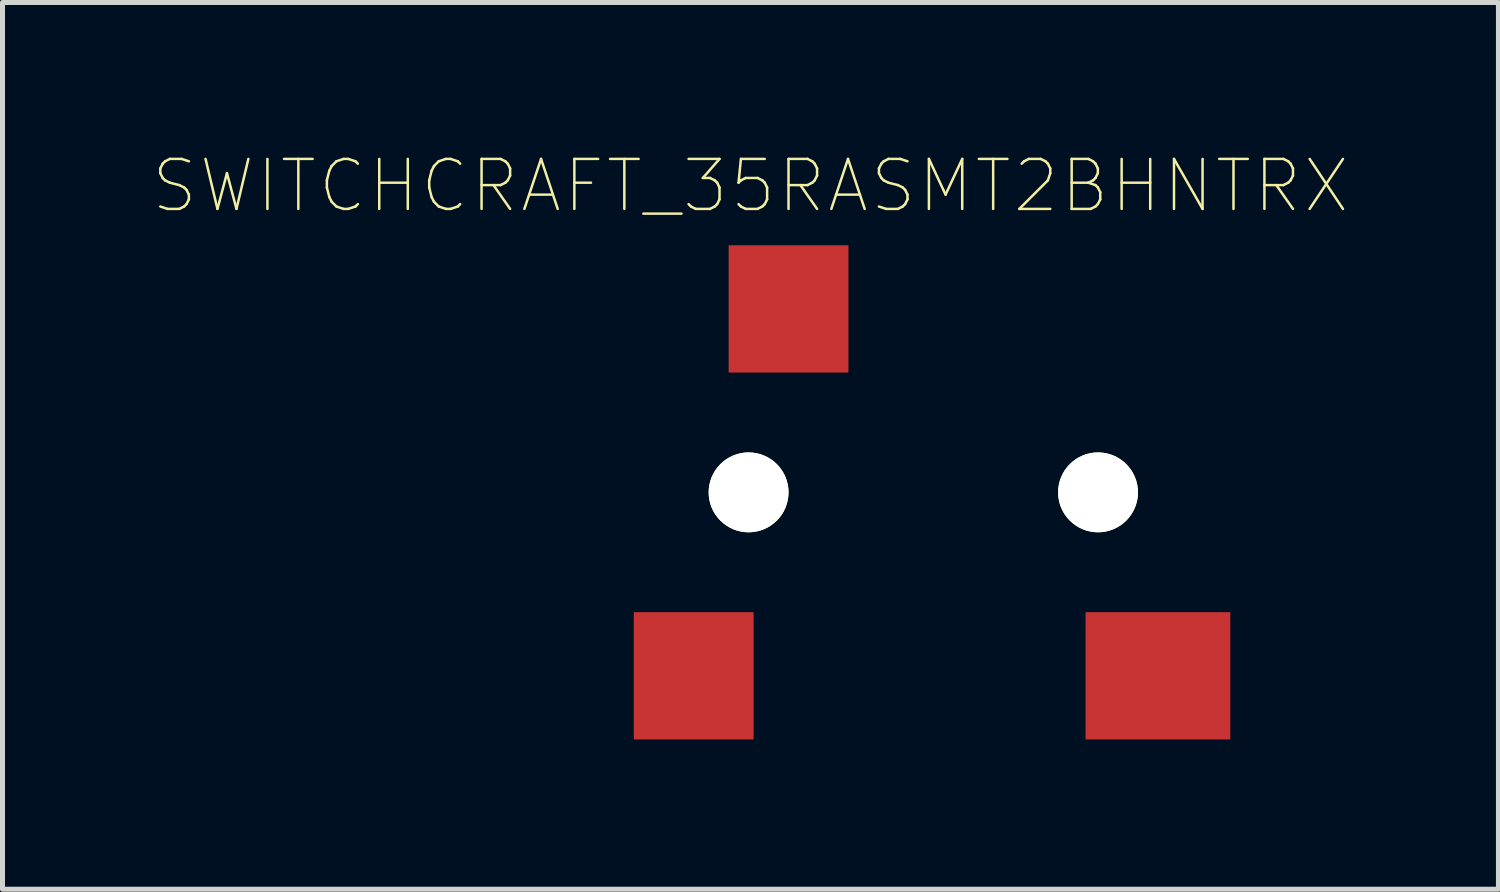
<source format=kicad_pcb>
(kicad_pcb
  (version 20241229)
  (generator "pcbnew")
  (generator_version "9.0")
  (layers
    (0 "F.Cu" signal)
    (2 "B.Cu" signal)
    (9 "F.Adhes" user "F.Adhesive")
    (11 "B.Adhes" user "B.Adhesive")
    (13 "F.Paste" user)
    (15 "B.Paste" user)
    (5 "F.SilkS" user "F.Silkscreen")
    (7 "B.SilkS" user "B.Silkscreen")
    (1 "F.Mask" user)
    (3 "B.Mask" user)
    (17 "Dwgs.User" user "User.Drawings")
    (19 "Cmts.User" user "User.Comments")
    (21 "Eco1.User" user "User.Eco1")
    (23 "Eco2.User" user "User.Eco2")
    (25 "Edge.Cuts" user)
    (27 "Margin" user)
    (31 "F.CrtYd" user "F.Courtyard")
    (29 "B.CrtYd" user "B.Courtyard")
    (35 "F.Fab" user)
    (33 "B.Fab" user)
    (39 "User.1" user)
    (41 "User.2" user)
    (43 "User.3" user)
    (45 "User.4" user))
  (footprint "SWITCHCRAFT_35RASMT2BHNTRX"
    (layer "F.Cu")
    (at 15.446 6.813)
    (property "Reference" "SWITCHCRAFT_35RASMT2BHNTRX" (at -3.463 -6.139 0) (layer "F.SilkS") (effects (font (size 1.001 1.001) (thickness 0.05))))
    (attr smd)
    (pad "" np_thru_hole circle (at -3.5 0) (size 1.6 1.6) (drill 1.6) (layers "*.Cu" "*.Mask" "F.SilkS"))
    (pad "" np_thru_hole circle (at 3.5 0) (size 1.6 1.6) (drill 1.6) (layers "*.Cu" "*.Mask" "F.SilkS"))
    (pad "1" smd rect (at -2.7 -3.675) (size 2.4 2.55) (layers "F.Cu" "F.Mask" "F.Paste"))
    (pad "4" smd rect (at 4.7 3.675) (size 2.9 2.55) (layers "F.Cu" "F.Mask" "F.Paste"))
    (pad "5" smd rect (at -4.6 3.675) (size 2.4 2.55) (layers "F.Cu" "F.Mask" "F.Paste")))
  (gr_rect
    (start -3 -3)
    (end 26.967 14.763)
    (stroke (width 0.1) (type default))
    (fill no)
    (layer "Edge.Cuts")))
</source>
